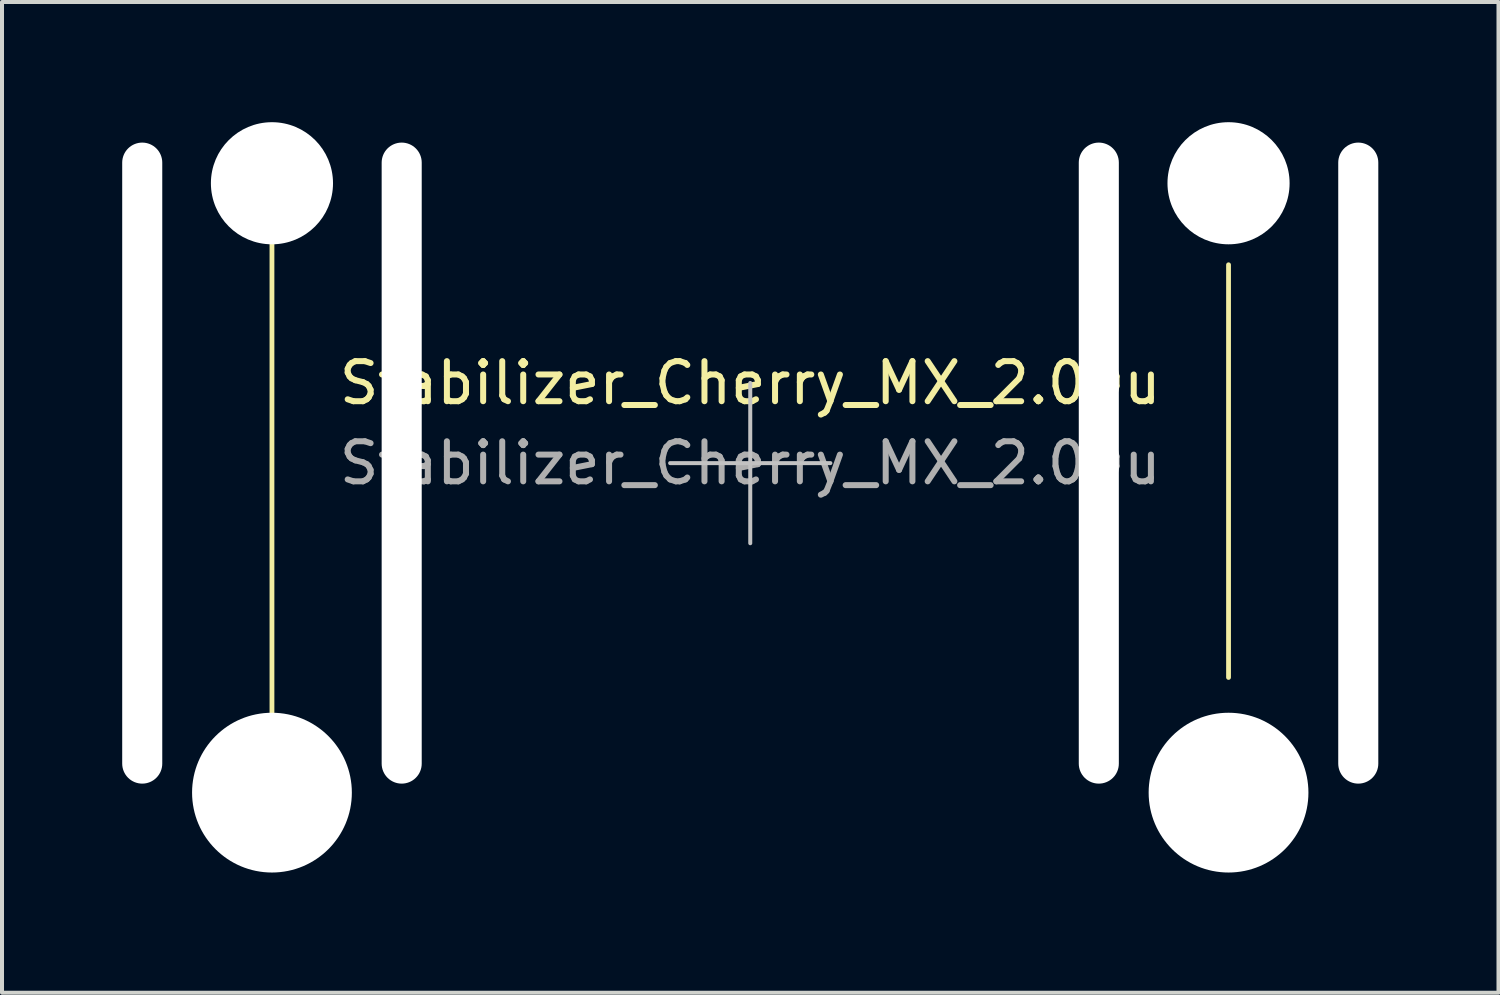
<source format=kicad_pcb>
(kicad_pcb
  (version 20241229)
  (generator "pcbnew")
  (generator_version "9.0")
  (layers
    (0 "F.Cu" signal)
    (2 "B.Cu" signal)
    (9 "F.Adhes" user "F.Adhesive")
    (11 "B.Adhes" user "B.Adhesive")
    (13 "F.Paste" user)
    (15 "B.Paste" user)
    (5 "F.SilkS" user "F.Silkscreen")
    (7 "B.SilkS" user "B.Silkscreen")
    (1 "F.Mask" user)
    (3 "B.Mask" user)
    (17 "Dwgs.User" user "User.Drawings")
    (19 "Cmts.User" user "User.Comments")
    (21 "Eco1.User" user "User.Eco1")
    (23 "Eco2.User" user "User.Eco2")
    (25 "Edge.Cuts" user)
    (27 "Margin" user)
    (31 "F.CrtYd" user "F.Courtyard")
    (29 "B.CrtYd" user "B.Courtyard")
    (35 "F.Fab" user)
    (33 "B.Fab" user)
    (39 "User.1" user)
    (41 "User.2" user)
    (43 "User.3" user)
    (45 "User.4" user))
  (footprint "Stabilizer_Cherry_MX_2.00u"
    (layer "F.Cu")
    (at 15.676 8.509)
    (property "Reference" "Stabilizer_Cherry_MX_2.00u" (at 0 -2 0) (layer "F.SilkS") (effects (font (size 1 1) (thickness 0.15))))
    (attr exclude_from_pos_files exclude_from_bom)
    (fp_line (start -11.938 -7.8) (end -11.938 7.8) (stroke (width 0.12) (type solid)) (layer "F.SilkS"))
    (fp_line (start 11.938 -4.95) (end 11.938 5.35) (stroke (width 0.12) (type solid)) (layer "F.SilkS"))
    (fp_line (start -2 0) (end 2 0) (stroke (width 0.1) (type solid)) (layer "Dwgs.User"))
    (fp_line (start 0 2) (end 0 -2) (stroke (width 0.1) (type solid)) (layer "Dwgs.User"))
    (fp_line (start -15.313 -5.53) (end -15.313 6.77) (stroke (width 0.1) (type solid)) (layer "Eco1.User"))
    (fp_line (start -15.313 6.77) (end -8.563 6.77) (stroke (width 0.1) (type solid)) (layer "Eco1.User"))
    (fp_line (start -8.563 -5.53) (end -15.313 -5.53) (stroke (width 0.1) (type solid)) (layer "Eco1.User"))
    (fp_line (start -8.563 6.77) (end -8.563 -5.53) (stroke (width 0.1) (type solid)) (layer "Eco1.User"))
    (fp_line (start 8.563 -5.53) (end 8.563 6.77) (stroke (width 0.1) (type solid)) (layer "Eco1.User"))
    (fp_line (start 8.563 6.77) (end 15.313 6.77) (stroke (width 0.1) (type solid)) (layer "Eco1.User"))
    (fp_line (start 15.313 -5.53) (end 8.563 -5.53) (stroke (width 0.1) (type solid)) (layer "Eco1.User"))
    (fp_line (start 15.313 6.77) (end 15.313 -5.53) (stroke (width 0.1) (type solid)) (layer "Eco1.User"))
    (fp_text user "${REFERENCE}" (at 0 0 0) (layer "F.Fab") (effects (font (size 1 1) (thickness 0.15))))
    (pad "" np_thru_hole oval (at -15.176 0) (size 1 16) (drill oval 1 16) (layers "*.Cu" "*.Mask"))
    (pad "" np_thru_hole circle (at -11.938 -6.985) (size 3.048 3.048) (drill 3.048) (layers "*.Cu" "*.Mask"))
    (pad "" np_thru_hole circle (at -11.938 8.225) (size 3.988 3.988) (drill 3.988) (layers "*.Cu" "*.Mask"))
    (pad "" np_thru_hole oval (at -8.7 0) (size 1 16) (drill oval 1 16) (layers "*.Cu" "*.Mask"))
    (pad "" np_thru_hole oval (at 8.7 0) (size 1 16) (drill oval 1 16) (layers "*.Cu" "*.Mask"))
    (pad "" np_thru_hole circle (at 11.938 -6.985) (size 3.048 3.048) (drill 3.048) (layers "*.Cu" "*.Mask"))
    (pad "" np_thru_hole circle (at 11.938 8.225) (size 3.988 3.988) (drill 3.988) (layers "*.Cu" "*.Mask"))
    (pad "" np_thru_hole oval (at 15.176 0) (size 1 16) (drill oval 1 16) (layers "*.Cu" "*.Mask")))
  (gr_rect
    (start -3 -3)
    (end 34.352 21.728)
    (stroke (width 0.1) (type default))
    (fill no)
    (layer "Edge.Cuts")))
</source>
